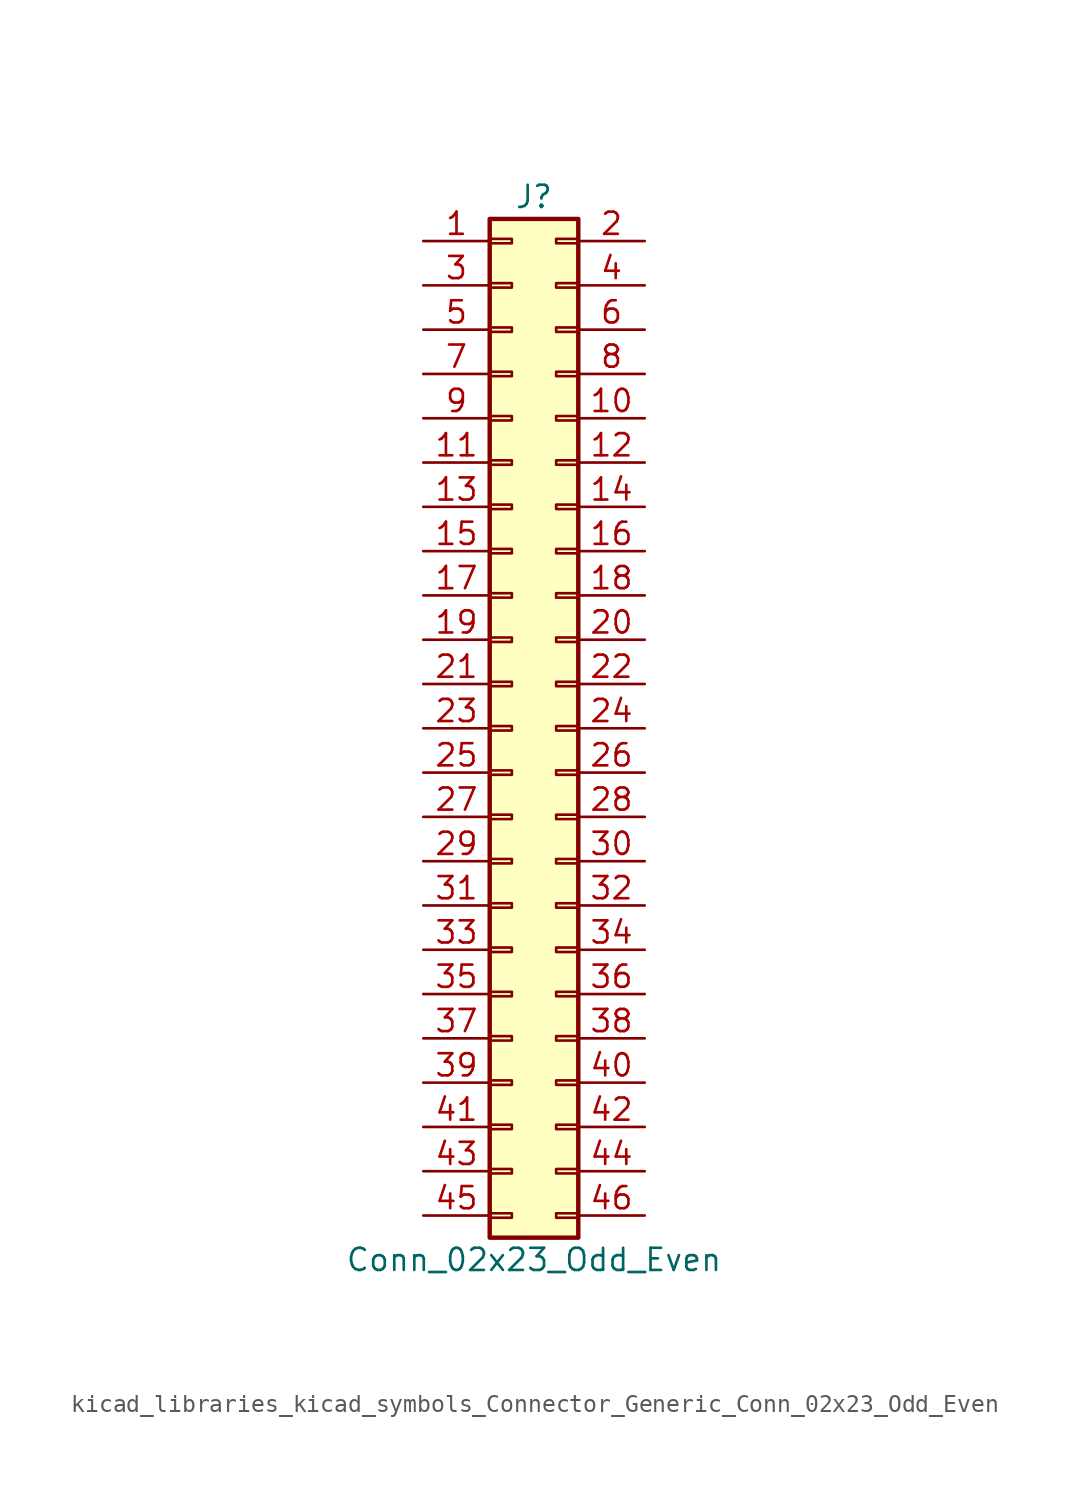
<source format=kicad_sym>
(kicad_symbol_lib
  (version 20220914)
  (generator kicad_symbol_editor)
  (symbol "kicad_libraries_kicad_symbols_Connector_Generic_Conn_02x23_Odd_Even"
    (pin_names
      (offset 1.016) hide)
    (property "Reference" "J"
      (at 1.27 30.48 0)
      (effects (font (size 1.27 1.27))))
    (property "Value" "Conn_02x23_Odd_Even"
      (at 1.27 -30.48 0)
      (effects (font (size 1.27 1.27))))
    (symbol "kicad_libraries_kicad_symbols_Connector_Generic_Conn_02x23_Odd_Even_1_1"
      (rectangle (start -1.27 -27.813) (end 0 -28.067) (stroke (width 0.152) (type default)) (fill (type none)))
      (rectangle (start -1.27 -25.273) (end 0 -25.527) (stroke (width 0.152) (type default)) (fill (type none)))
      (rectangle (start -1.27 -22.733) (end 0 -22.987) (stroke (width 0.152) (type default)) (fill (type none)))
      (rectangle (start -1.27 -20.193) (end 0 -20.447) (stroke (width 0.152) (type default)) (fill (type none)))
      (rectangle (start -1.27 -17.653) (end 0 -17.907) (stroke (width 0.152) (type default)) (fill (type none)))
      (rectangle (start -1.27 -15.113) (end 0 -15.367) (stroke (width 0.152) (type default)) (fill (type none)))
      (rectangle (start -1.27 -12.573) (end 0 -12.827) (stroke (width 0.152) (type default)) (fill (type none)))
      (rectangle (start -1.27 -10.033) (end 0 -10.287) (stroke (width 0.152) (type default)) (fill (type none)))
      (rectangle (start -1.27 -7.493) (end 0 -7.747) (stroke (width 0.152) (type default)) (fill (type none)))
      (rectangle (start -1.27 -4.953) (end 0 -5.207) (stroke (width 0.152) (type default)) (fill (type none)))
      (rectangle (start -1.27 -2.413) (end 0 -2.667) (stroke (width 0.152) (type default)) (fill (type none)))
      (rectangle (start -1.27 0.127) (end 0 -0.127) (stroke (width 0.152) (type default)) (fill (type none)))
      (rectangle (start -1.27 2.667) (end 0 2.413) (stroke (width 0.152) (type default)) (fill (type none)))
      (rectangle (start -1.27 5.207) (end 0 4.953) (stroke (width 0.152) (type default)) (fill (type none)))
      (rectangle (start -1.27 7.747) (end 0 7.493) (stroke (width 0.152) (type default)) (fill (type none)))
      (rectangle (start -1.27 10.287) (end 0 10.033) (stroke (width 0.152) (type default)) (fill (type none)))
      (rectangle (start -1.27 12.827) (end 0 12.573) (stroke (width 0.152) (type default)) (fill (type none)))
      (rectangle (start -1.27 15.367) (end 0 15.113) (stroke (width 0.152) (type default)) (fill (type none)))
      (rectangle (start -1.27 17.907) (end 0 17.653) (stroke (width 0.152) (type default)) (fill (type none)))
      (rectangle (start -1.27 20.447) (end 0 20.193) (stroke (width 0.152) (type default)) (fill (type none)))
      (rectangle (start -1.27 22.987) (end 0 22.733) (stroke (width 0.152) (type default)) (fill (type none)))
      (rectangle (start -1.27 25.527) (end 0 25.273) (stroke (width 0.152) (type default)) (fill (type none)))
      (rectangle (start -1.27 28.067) (end 0 27.813) (stroke (width 0.152) (type default)) (fill (type none)))
      (rectangle (start -1.27 29.21) (end 3.81 -29.21) (stroke (width 0.254) (type default)) (fill (type background)))
      (rectangle (start 3.81 -27.813) (end 2.54 -28.067) (stroke (width 0.152) (type default)) (fill (type none)))
      (rectangle (start 3.81 -25.273) (end 2.54 -25.527) (stroke (width 0.152) (type default)) (fill (type none)))
      (rectangle (start 3.81 -22.733) (end 2.54 -22.987) (stroke (width 0.152) (type default)) (fill (type none)))
      (rectangle (start 3.81 -20.193) (end 2.54 -20.447) (stroke (width 0.152) (type default)) (fill (type none)))
      (rectangle (start 3.81 -17.653) (end 2.54 -17.907) (stroke (width 0.152) (type default)) (fill (type none)))
      (rectangle (start 3.81 -15.113) (end 2.54 -15.367) (stroke (width 0.152) (type default)) (fill (type none)))
      (rectangle (start 3.81 -12.573) (end 2.54 -12.827) (stroke (width 0.152) (type default)) (fill (type none)))
      (rectangle (start 3.81 -10.033) (end 2.54 -10.287) (stroke (width 0.152) (type default)) (fill (type none)))
      (rectangle (start 3.81 -7.493) (end 2.54 -7.747) (stroke (width 0.152) (type default)) (fill (type none)))
      (rectangle (start 3.81 -4.953) (end 2.54 -5.207) (stroke (width 0.152) (type default)) (fill (type none)))
      (rectangle (start 3.81 -2.413) (end 2.54 -2.667) (stroke (width 0.152) (type default)) (fill (type none)))
      (rectangle (start 3.81 0.127) (end 2.54 -0.127) (stroke (width 0.152) (type default)) (fill (type none)))
      (rectangle (start 3.81 2.667) (end 2.54 2.413) (stroke (width 0.152) (type default)) (fill (type none)))
      (rectangle (start 3.81 5.207) (end 2.54 4.953) (stroke (width 0.152) (type default)) (fill (type none)))
      (rectangle (start 3.81 7.747) (end 2.54 7.493) (stroke (width 0.152) (type default)) (fill (type none)))
      (rectangle (start 3.81 10.287) (end 2.54 10.033) (stroke (width 0.152) (type default)) (fill (type none)))
      (rectangle (start 3.81 12.827) (end 2.54 12.573) (stroke (width 0.152) (type default)) (fill (type none)))
      (rectangle (start 3.81 15.367) (end 2.54 15.113) (stroke (width 0.152) (type default)) (fill (type none)))
      (rectangle (start 3.81 17.907) (end 2.54 17.653) (stroke (width 0.152) (type default)) (fill (type none)))
      (rectangle (start 3.81 20.447) (end 2.54 20.193) (stroke (width 0.152) (type default)) (fill (type none)))
      (rectangle (start 3.81 22.987) (end 2.54 22.733) (stroke (width 0.152) (type default)) (fill (type none)))
      (rectangle (start 3.81 25.527) (end 2.54 25.273) (stroke (width 0.152) (type default)) (fill (type none)))
      (rectangle (start 3.81 28.067) (end 2.54 27.813) (stroke (width 0.152) (type default)) (fill (type none)))
      (pin passive line (at -5.08 27.94 0) (length 3.81) (name "Pin_1" (effects (font (size 1.27 1.27)))) (number "1" (effects (font (size 1.27 1.27)))))
      (pin passive line (at 7.62 17.78 180) (length 3.81) (name "Pin_10" (effects (font (size 1.27 1.27)))) (number "10" (effects (font (size 1.27 1.27)))))
      (pin passive line (at -5.08 15.24 0) (length 3.81) (name "Pin_11" (effects (font (size 1.27 1.27)))) (number "11" (effects (font (size 1.27 1.27)))))
      (pin passive line (at 7.62 15.24 180) (length 3.81) (name "Pin_12" (effects (font (size 1.27 1.27)))) (number "12" (effects (font (size 1.27 1.27)))))
      (pin passive line (at -5.08 12.7 0) (length 3.81) (name "Pin_13" (effects (font (size 1.27 1.27)))) (number "13" (effects (font (size 1.27 1.27)))))
      (pin passive line (at 7.62 12.7 180) (length 3.81) (name "Pin_14" (effects (font (size 1.27 1.27)))) (number "14" (effects (font (size 1.27 1.27)))))
      (pin passive line (at -5.08 10.16 0) (length 3.81) (name "Pin_15" (effects (font (size 1.27 1.27)))) (number "15" (effects (font (size 1.27 1.27)))))
      (pin passive line (at 7.62 10.16 180) (length 3.81) (name "Pin_16" (effects (font (size 1.27 1.27)))) (number "16" (effects (font (size 1.27 1.27)))))
      (pin passive line (at -5.08 7.62 0) (length 3.81) (name "Pin_17" (effects (font (size 1.27 1.27)))) (number "17" (effects (font (size 1.27 1.27)))))
      (pin passive line (at 7.62 7.62 180) (length 3.81) (name "Pin_18" (effects (font (size 1.27 1.27)))) (number "18" (effects (font (size 1.27 1.27)))))
      (pin passive line (at -5.08 5.08 0) (length 3.81) (name "Pin_19" (effects (font (size 1.27 1.27)))) (number "19" (effects (font (size 1.27 1.27)))))
      (pin passive line (at 7.62 27.94 180) (length 3.81) (name "Pin_2" (effects (font (size 1.27 1.27)))) (number "2" (effects (font (size 1.27 1.27)))))
      (pin passive line (at 7.62 5.08 180) (length 3.81) (name "Pin_20" (effects (font (size 1.27 1.27)))) (number "20" (effects (font (size 1.27 1.27)))))
      (pin passive line (at -5.08 2.54 0) (length 3.81) (name "Pin_21" (effects (font (size 1.27 1.27)))) (number "21" (effects (font (size 1.27 1.27)))))
      (pin passive line (at 7.62 2.54 180) (length 3.81) (name "Pin_22" (effects (font (size 1.27 1.27)))) (number "22" (effects (font (size 1.27 1.27)))))
      (pin passive line (at -5.08 0 0) (length 3.81) (name "Pin_23" (effects (font (size 1.27 1.27)))) (number "23" (effects (font (size 1.27 1.27)))))
      (pin passive line (at 7.62 0 180) (length 3.81) (name "Pin_24" (effects (font (size 1.27 1.27)))) (number "24" (effects (font (size 1.27 1.27)))))
      (pin passive line (at -5.08 -2.54 0) (length 3.81) (name "Pin_25" (effects (font (size 1.27 1.27)))) (number "25" (effects (font (size 1.27 1.27)))))
      (pin passive line (at 7.62 -2.54 180) (length 3.81) (name "Pin_26" (effects (font (size 1.27 1.27)))) (number "26" (effects (font (size 1.27 1.27)))))
      (pin passive line (at -5.08 -5.08 0) (length 3.81) (name "Pin_27" (effects (font (size 1.27 1.27)))) (number "27" (effects (font (size 1.27 1.27)))))
      (pin passive line (at 7.62 -5.08 180) (length 3.81) (name "Pin_28" (effects (font (size 1.27 1.27)))) (number "28" (effects (font (size 1.27 1.27)))))
      (pin passive line (at -5.08 -7.62 0) (length 3.81) (name "Pin_29" (effects (font (size 1.27 1.27)))) (number "29" (effects (font (size 1.27 1.27)))))
      (pin passive line (at -5.08 25.4 0) (length 3.81) (name "Pin_3" (effects (font (size 1.27 1.27)))) (number "3" (effects (font (size 1.27 1.27)))))
      (pin passive line (at 7.62 -7.62 180) (length 3.81) (name "Pin_30" (effects (font (size 1.27 1.27)))) (number "30" (effects (font (size 1.27 1.27)))))
      (pin passive line (at -5.08 -10.16 0) (length 3.81) (name "Pin_31" (effects (font (size 1.27 1.27)))) (number "31" (effects (font (size 1.27 1.27)))))
      (pin passive line (at 7.62 -10.16 180) (length 3.81) (name "Pin_32" (effects (font (size 1.27 1.27)))) (number "32" (effects (font (size 1.27 1.27)))))
      (pin passive line (at -5.08 -12.7 0) (length 3.81) (name "Pin_33" (effects (font (size 1.27 1.27)))) (number "33" (effects (font (size 1.27 1.27)))))
      (pin passive line (at 7.62 -12.7 180) (length 3.81) (name "Pin_34" (effects (font (size 1.27 1.27)))) (number "34" (effects (font (size 1.27 1.27)))))
      (pin passive line (at -5.08 -15.24 0) (length 3.81) (name "Pin_35" (effects (font (size 1.27 1.27)))) (number "35" (effects (font (size 1.27 1.27)))))
      (pin passive line (at 7.62 -15.24 180) (length 3.81) (name "Pin_36" (effects (font (size 1.27 1.27)))) (number "36" (effects (font (size 1.27 1.27)))))
      (pin passive line (at -5.08 -17.78 0) (length 3.81) (name "Pin_37" (effects (font (size 1.27 1.27)))) (number "37" (effects (font (size 1.27 1.27)))))
      (pin passive line (at 7.62 -17.78 180) (length 3.81) (name "Pin_38" (effects (font (size 1.27 1.27)))) (number "38" (effects (font (size 1.27 1.27)))))
      (pin passive line (at -5.08 -20.32 0) (length 3.81) (name "Pin_39" (effects (font (size 1.27 1.27)))) (number "39" (effects (font (size 1.27 1.27)))))
      (pin passive line (at 7.62 25.4 180) (length 3.81) (name "Pin_4" (effects (font (size 1.27 1.27)))) (number "4" (effects (font (size 1.27 1.27)))))
      (pin passive line (at 7.62 -20.32 180) (length 3.81) (name "Pin_40" (effects (font (size 1.27 1.27)))) (number "40" (effects (font (size 1.27 1.27)))))
      (pin passive line (at -5.08 -22.86 0) (length 3.81) (name "Pin_41" (effects (font (size 1.27 1.27)))) (number "41" (effects (font (size 1.27 1.27)))))
      (pin passive line (at 7.62 -22.86 180) (length 3.81) (name "Pin_42" (effects (font (size 1.27 1.27)))) (number "42" (effects (font (size 1.27 1.27)))))
      (pin passive line (at -5.08 -25.4 0) (length 3.81) (name "Pin_43" (effects (font (size 1.27 1.27)))) (number "43" (effects (font (size 1.27 1.27)))))
      (pin passive line (at 7.62 -25.4 180) (length 3.81) (name "Pin_44" (effects (font (size 1.27 1.27)))) (number "44" (effects (font (size 1.27 1.27)))))
      (pin passive line (at -5.08 -27.94 0) (length 3.81) (name "Pin_45" (effects (font (size 1.27 1.27)))) (number "45" (effects (font (size 1.27 1.27)))))
      (pin passive line (at 7.62 -27.94 180) (length 3.81) (name "Pin_46" (effects (font (size 1.27 1.27)))) (number "46" (effects (font (size 1.27 1.27)))))
      (pin passive line (at -5.08 22.86 0) (length 3.81) (name "Pin_5" (effects (font (size 1.27 1.27)))) (number "5" (effects (font (size 1.27 1.27)))))
      (pin passive line (at 7.62 22.86 180) (length 3.81) (name "Pin_6" (effects (font (size 1.27 1.27)))) (number "6" (effects (font (size 1.27 1.27)))))
      (pin passive line (at -5.08 20.32 0) (length 3.81) (name "Pin_7" (effects (font (size 1.27 1.27)))) (number "7" (effects (font (size 1.27 1.27)))))
      (pin passive line (at 7.62 20.32 180) (length 3.81) (name "Pin_8" (effects (font (size 1.27 1.27)))) (number "8" (effects (font (size 1.27 1.27)))))
      (pin passive line (at -5.08 17.78 0) (length 3.81) (name "Pin_9" (effects (font (size 1.27 1.27)))) (number "9" (effects (font (size 1.27 1.27))))))))
</source>
